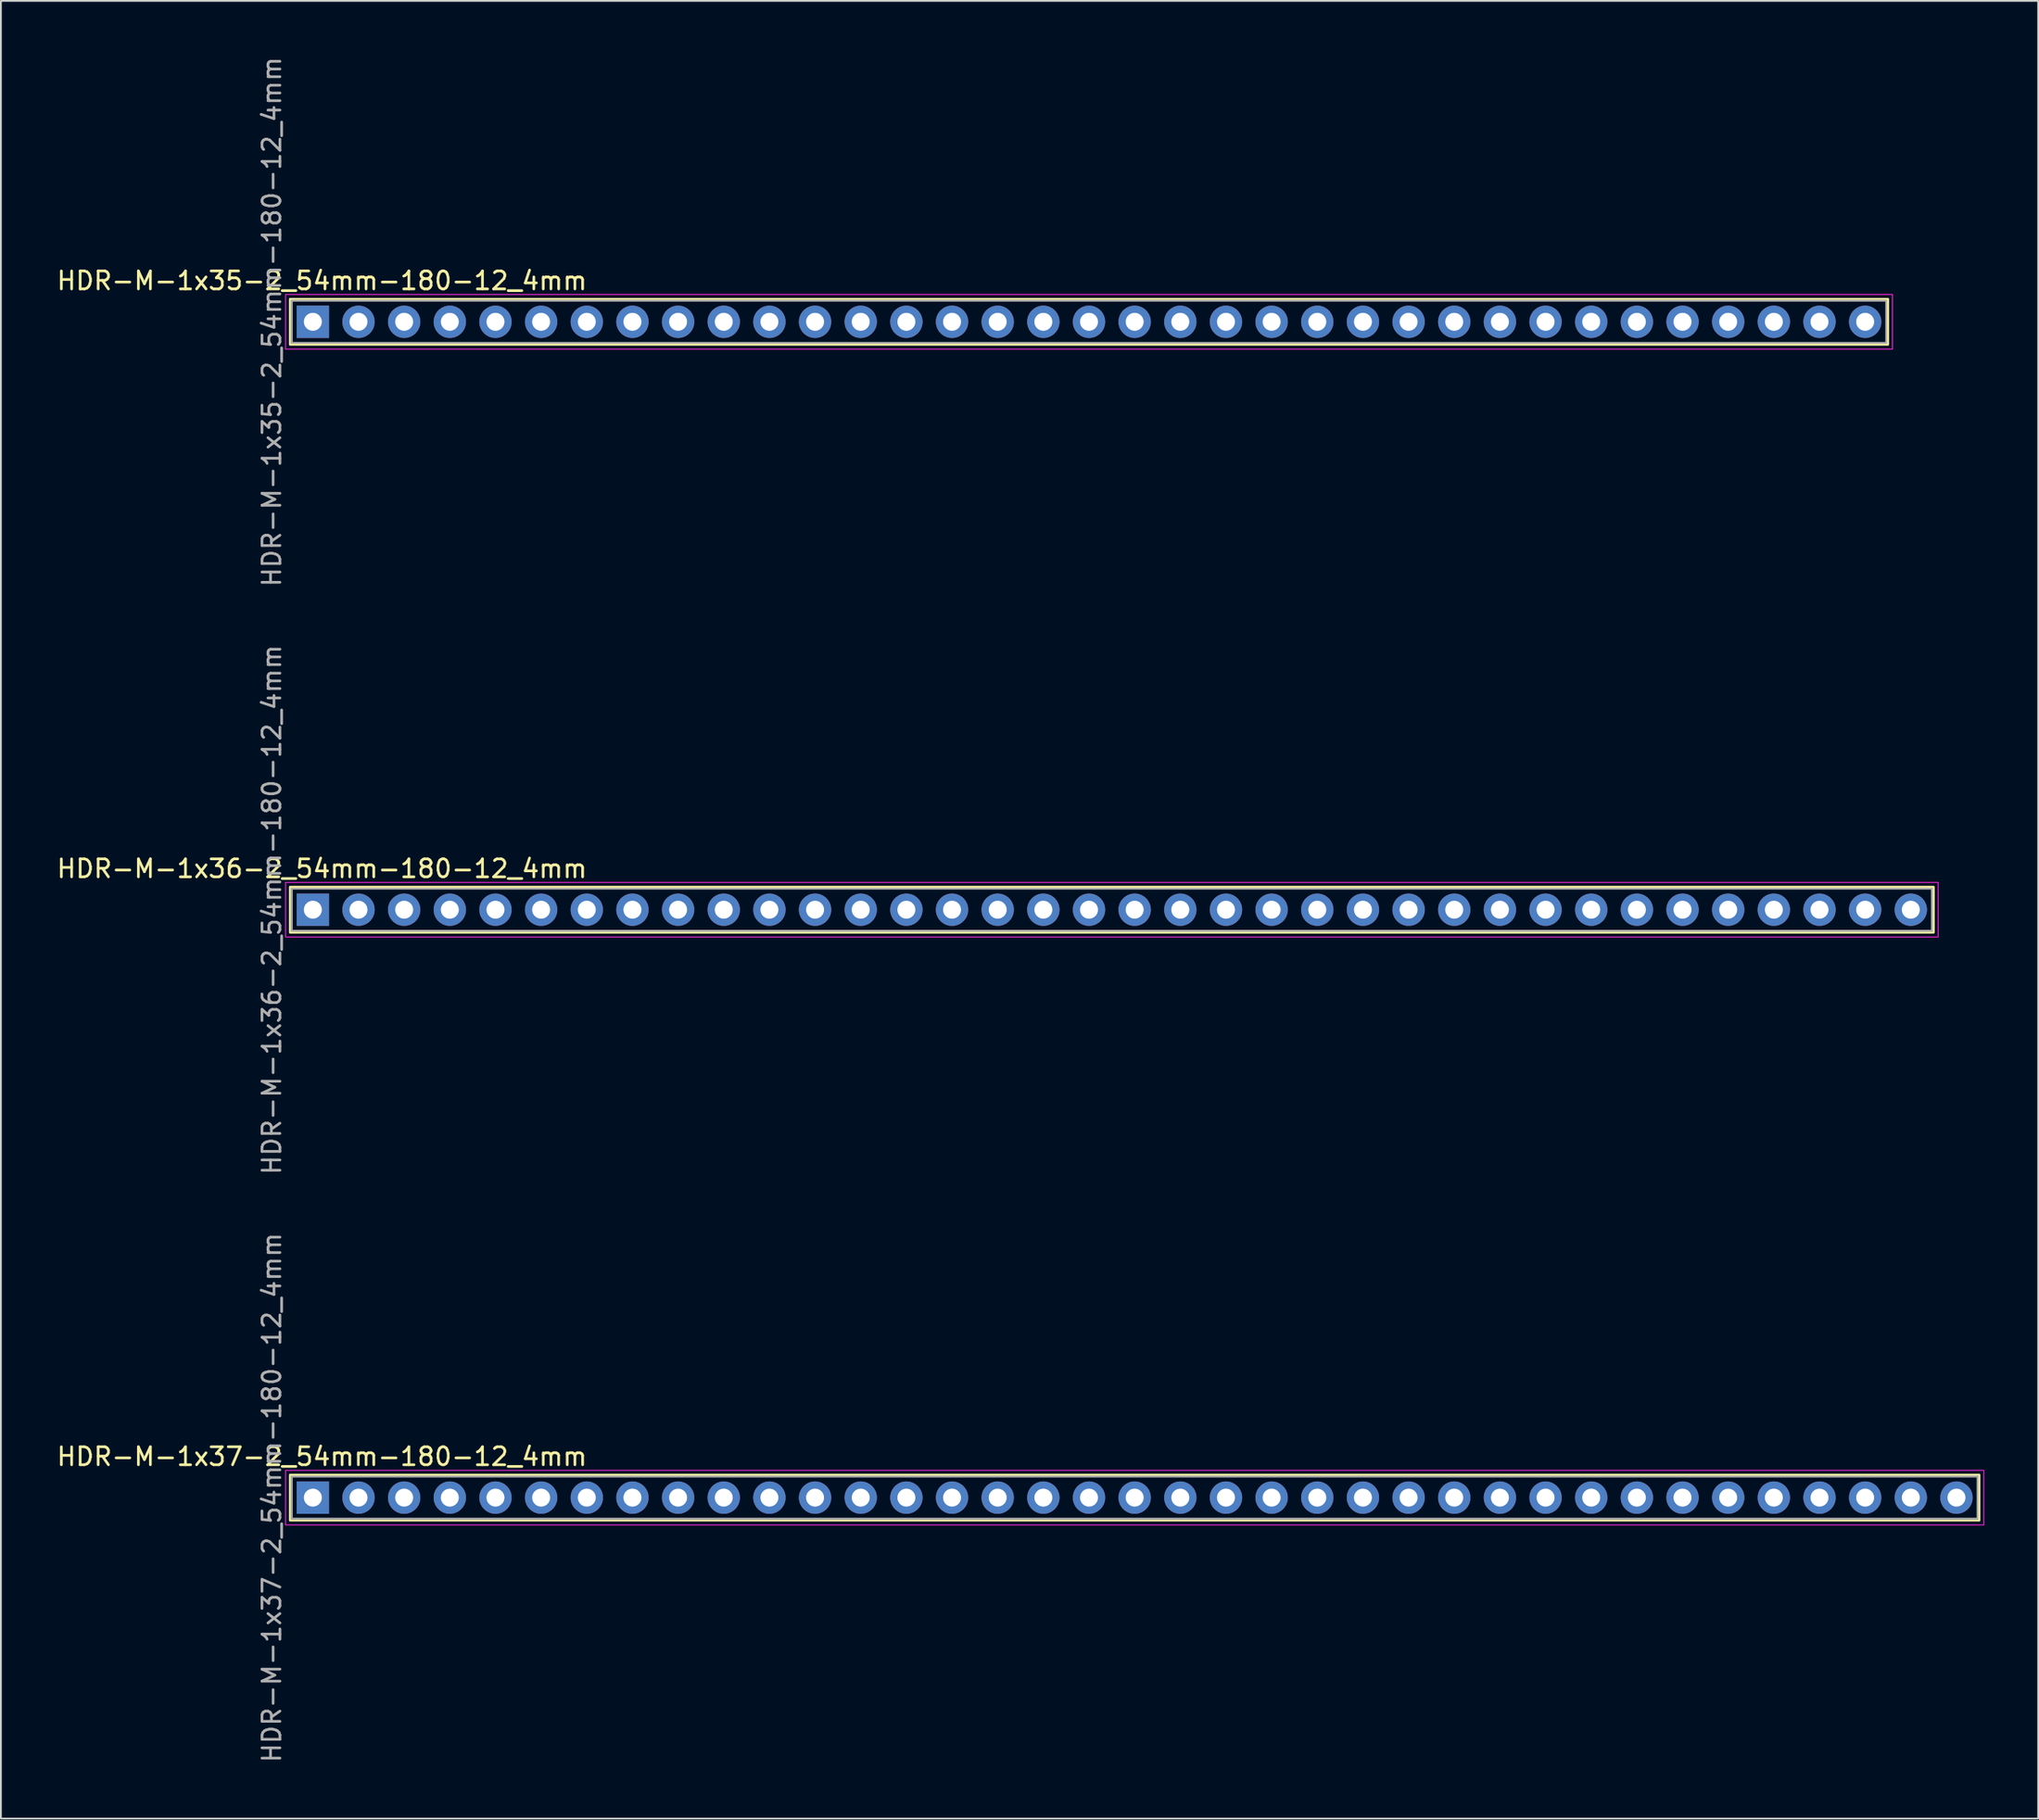
<source format=kicad_pcb>
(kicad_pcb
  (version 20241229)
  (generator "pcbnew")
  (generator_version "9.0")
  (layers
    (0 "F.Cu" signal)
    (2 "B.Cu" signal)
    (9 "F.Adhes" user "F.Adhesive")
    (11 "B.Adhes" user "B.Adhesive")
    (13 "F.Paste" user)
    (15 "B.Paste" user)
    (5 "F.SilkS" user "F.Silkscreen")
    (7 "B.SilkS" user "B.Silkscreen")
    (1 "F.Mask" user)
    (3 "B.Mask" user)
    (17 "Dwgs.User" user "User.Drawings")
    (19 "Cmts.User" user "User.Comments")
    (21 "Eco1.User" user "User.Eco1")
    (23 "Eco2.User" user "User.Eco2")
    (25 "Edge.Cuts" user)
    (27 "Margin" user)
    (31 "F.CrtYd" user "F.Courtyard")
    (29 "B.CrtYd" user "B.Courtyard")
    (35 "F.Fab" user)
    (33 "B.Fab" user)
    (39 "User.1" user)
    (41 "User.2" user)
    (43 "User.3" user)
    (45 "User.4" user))
  (footprint "HDR-M-1x36-2_54mm-180-12_4mm"
    (layer "F.Cu")
    (at 14.355 47.589)
    (property "Reference" "HDR-M-1x36-2_54mm-180-12_4mm" (at 0.508 -2.286 0) (unlocked yes) (layer "F.SilkS") (effects (font (size 1 1) (thickness 0.15))))
    (attr through_hole)
    (fp_rect (start -1.27 -1.27) (end 90.17 1.27) (stroke (width 0.12) (type solid)) (fill no) (layer "F.SilkS"))
    (fp_rect (start -1.52 -1.52) (end 90.42 1.52) (stroke (width 0.05) (type solid)) (fill no) (layer "F.CrtYd"))
    (fp_rect (start -1.17 -1.17) (end 90.07 1.17) (stroke (width 0.1) (type solid)) (fill no) (layer "F.Fab"))
    (fp_text user "${REFERENCE}" (at -2.286 0 90) (unlocked yes) (layer "F.Fab") (effects (font (size 1 1) (thickness 0.15))))
    (pad "1" thru_hole rect (at 0 0) (size 1.8 1.8) (drill 1) (layers "*.Cu" "*.Mask"))
    (pad "2" thru_hole circle (at 2.54 0) (size 1.8 1.8) (drill 1) (layers "*.Cu" "*.Mask"))
    (pad "3" thru_hole circle (at 5.08 0) (size 1.8 1.8) (drill 1) (layers "*.Cu" "*.Mask"))
    (pad "4" thru_hole circle (at 7.62 0) (size 1.8 1.8) (drill 1) (layers "*.Cu" "*.Mask"))
    (pad "5" thru_hole circle (at 10.16 0) (size 1.8 1.8) (drill 1) (layers "*.Cu" "*.Mask"))
    (pad "6" thru_hole circle (at 12.7 0) (size 1.8 1.8) (drill 1) (layers "*.Cu" "*.Mask"))
    (pad "7" thru_hole circle (at 15.24 0) (size 1.8 1.8) (drill 1) (layers "*.Cu" "*.Mask"))
    (pad "8" thru_hole circle (at 17.78 0) (size 1.8 1.8) (drill 1) (layers "*.Cu" "*.Mask"))
    (pad "9" thru_hole circle (at 20.32 0) (size 1.8 1.8) (drill 1) (layers "*.Cu" "*.Mask"))
    (pad "10" thru_hole circle (at 22.86 0) (size 1.8 1.8) (drill 1) (layers "*.Cu" "*.Mask"))
    (pad "11" thru_hole circle (at 25.4 0) (size 1.8 1.8) (drill 1) (layers "*.Cu" "*.Mask"))
    (pad "12" thru_hole circle (at 27.94 0) (size 1.8 1.8) (drill 1) (layers "*.Cu" "*.Mask"))
    (pad "13" thru_hole circle (at 30.48 0) (size 1.8 1.8) (drill 1) (layers "*.Cu" "*.Mask"))
    (pad "14" thru_hole circle (at 33.02 0) (size 1.8 1.8) (drill 1) (layers "*.Cu" "*.Mask"))
    (pad "15" thru_hole circle (at 35.56 0) (size 1.8 1.8) (drill 1) (layers "*.Cu" "*.Mask"))
    (pad "16" thru_hole circle (at 38.1 0) (size 1.8 1.8) (drill 1) (layers "*.Cu" "*.Mask"))
    (pad "17" thru_hole circle (at 40.64 0) (size 1.8 1.8) (drill 1) (layers "*.Cu" "*.Mask"))
    (pad "18" thru_hole circle (at 43.18 0) (size 1.8 1.8) (drill 1) (layers "*.Cu" "*.Mask"))
    (pad "19" thru_hole circle (at 45.72 0) (size 1.8 1.8) (drill 1) (layers "*.Cu" "*.Mask"))
    (pad "20" thru_hole circle (at 48.26 0) (size 1.8 1.8) (drill 1) (layers "*.Cu" "*.Mask"))
    (pad "21" thru_hole circle (at 50.8 0) (size 1.8 1.8) (drill 1) (layers "*.Cu" "*.Mask"))
    (pad "22" thru_hole circle (at 53.34 0) (size 1.8 1.8) (drill 1) (layers "*.Cu" "*.Mask"))
    (pad "23" thru_hole circle (at 55.88 0) (size 1.8 1.8) (drill 1) (layers "*.Cu" "*.Mask"))
    (pad "24" thru_hole circle (at 58.42 0) (size 1.8 1.8) (drill 1) (layers "*.Cu" "*.Mask"))
    (pad "25" thru_hole circle (at 60.96 0) (size 1.8 1.8) (drill 1) (layers "*.Cu" "*.Mask"))
    (pad "26" thru_hole circle (at 63.5 0) (size 1.8 1.8) (drill 1) (layers "*.Cu" "*.Mask"))
    (pad "27" thru_hole circle (at 66.04 0) (size 1.8 1.8) (drill 1) (layers "*.Cu" "*.Mask"))
    (pad "28" thru_hole circle (at 68.58 0) (size 1.8 1.8) (drill 1) (layers "*.Cu" "*.Mask"))
    (pad "29" thru_hole circle (at 71.12 0) (size 1.8 1.8) (drill 1) (layers "*.Cu" "*.Mask"))
    (pad "30" thru_hole circle (at 73.66 0) (size 1.8 1.8) (drill 1) (layers "*.Cu" "*.Mask"))
    (pad "31" thru_hole circle (at 76.2 0) (size 1.8 1.8) (drill 1) (layers "*.Cu" "*.Mask"))
    (pad "32" thru_hole circle (at 78.74 0) (size 1.8 1.8) (drill 1) (layers "*.Cu" "*.Mask"))
    (pad "33" thru_hole circle (at 81.28 0) (size 1.8 1.8) (drill 1) (layers "*.Cu" "*.Mask"))
    (pad "34" thru_hole circle (at 83.82 0) (size 1.8 1.8) (drill 1) (layers "*.Cu" "*.Mask"))
    (pad "35" thru_hole circle (at 86.36 0) (size 1.8 1.8) (drill 1) (layers "*.Cu" "*.Mask"))
    (pad "36" thru_hole circle (at 88.9 0) (size 1.8 1.8) (drill 1) (layers "*.Cu" "*.Mask")))
  (footprint "HDR-M-1x37-2_54mm-180-12_4mm"
    (layer "F.Cu")
    (at 14.355 80.315)
    (property "Reference" "HDR-M-1x37-2_54mm-180-12_4mm" (at 0.508 -2.286 0) (unlocked yes) (layer "F.SilkS") (effects (font (size 1 1) (thickness 0.15))))
    (attr through_hole)
    (fp_rect (start -1.27 -1.27) (end 92.71 1.27) (stroke (width 0.12) (type solid)) (fill no) (layer "F.SilkS"))
    (fp_rect (start -1.52 -1.52) (end 92.96 1.52) (stroke (width 0.05) (type solid)) (fill no) (layer "F.CrtYd"))
    (fp_rect (start -1.17 -1.17) (end 92.61 1.17) (stroke (width 0.1) (type solid)) (fill no) (layer "F.Fab"))
    (fp_text user "${REFERENCE}" (at -2.286 0 90) (unlocked yes) (layer "F.Fab") (effects (font (size 1 1) (thickness 0.15))))
    (pad "1" thru_hole rect (at 0 0) (size 1.8 1.8) (drill 1) (layers "*.Cu" "*.Mask"))
    (pad "2" thru_hole circle (at 2.54 0) (size 1.8 1.8) (drill 1) (layers "*.Cu" "*.Mask"))
    (pad "3" thru_hole circle (at 5.08 0) (size 1.8 1.8) (drill 1) (layers "*.Cu" "*.Mask"))
    (pad "4" thru_hole circle (at 7.62 0) (size 1.8 1.8) (drill 1) (layers "*.Cu" "*.Mask"))
    (pad "5" thru_hole circle (at 10.16 0) (size 1.8 1.8) (drill 1) (layers "*.Cu" "*.Mask"))
    (pad "6" thru_hole circle (at 12.7 0) (size 1.8 1.8) (drill 1) (layers "*.Cu" "*.Mask"))
    (pad "7" thru_hole circle (at 15.24 0) (size 1.8 1.8) (drill 1) (layers "*.Cu" "*.Mask"))
    (pad "8" thru_hole circle (at 17.78 0) (size 1.8 1.8) (drill 1) (layers "*.Cu" "*.Mask"))
    (pad "9" thru_hole circle (at 20.32 0) (size 1.8 1.8) (drill 1) (layers "*.Cu" "*.Mask"))
    (pad "10" thru_hole circle (at 22.86 0) (size 1.8 1.8) (drill 1) (layers "*.Cu" "*.Mask"))
    (pad "11" thru_hole circle (at 25.4 0) (size 1.8 1.8) (drill 1) (layers "*.Cu" "*.Mask"))
    (pad "12" thru_hole circle (at 27.94 0) (size 1.8 1.8) (drill 1) (layers "*.Cu" "*.Mask"))
    (pad "13" thru_hole circle (at 30.48 0) (size 1.8 1.8) (drill 1) (layers "*.Cu" "*.Mask"))
    (pad "14" thru_hole circle (at 33.02 0) (size 1.8 1.8) (drill 1) (layers "*.Cu" "*.Mask"))
    (pad "15" thru_hole circle (at 35.56 0) (size 1.8 1.8) (drill 1) (layers "*.Cu" "*.Mask"))
    (pad "16" thru_hole circle (at 38.1 0) (size 1.8 1.8) (drill 1) (layers "*.Cu" "*.Mask"))
    (pad "17" thru_hole circle (at 40.64 0) (size 1.8 1.8) (drill 1) (layers "*.Cu" "*.Mask"))
    (pad "18" thru_hole circle (at 43.18 0) (size 1.8 1.8) (drill 1) (layers "*.Cu" "*.Mask"))
    (pad "19" thru_hole circle (at 45.72 0) (size 1.8 1.8) (drill 1) (layers "*.Cu" "*.Mask"))
    (pad "20" thru_hole circle (at 48.26 0) (size 1.8 1.8) (drill 1) (layers "*.Cu" "*.Mask"))
    (pad "21" thru_hole circle (at 50.8 0) (size 1.8 1.8) (drill 1) (layers "*.Cu" "*.Mask"))
    (pad "22" thru_hole circle (at 53.34 0) (size 1.8 1.8) (drill 1) (layers "*.Cu" "*.Mask"))
    (pad "23" thru_hole circle (at 55.88 0) (size 1.8 1.8) (drill 1) (layers "*.Cu" "*.Mask"))
    (pad "24" thru_hole circle (at 58.42 0) (size 1.8 1.8) (drill 1) (layers "*.Cu" "*.Mask"))
    (pad "25" thru_hole circle (at 60.96 0) (size 1.8 1.8) (drill 1) (layers "*.Cu" "*.Mask"))
    (pad "26" thru_hole circle (at 63.5 0) (size 1.8 1.8) (drill 1) (layers "*.Cu" "*.Mask"))
    (pad "27" thru_hole circle (at 66.04 0) (size 1.8 1.8) (drill 1) (layers "*.Cu" "*.Mask"))
    (pad "28" thru_hole circle (at 68.58 0) (size 1.8 1.8) (drill 1) (layers "*.Cu" "*.Mask"))
    (pad "29" thru_hole circle (at 71.12 0) (size 1.8 1.8) (drill 1) (layers "*.Cu" "*.Mask"))
    (pad "30" thru_hole circle (at 73.66 0) (size 1.8 1.8) (drill 1) (layers "*.Cu" "*.Mask"))
    (pad "31" thru_hole circle (at 76.2 0) (size 1.8 1.8) (drill 1) (layers "*.Cu" "*.Mask"))
    (pad "32" thru_hole circle (at 78.74 0) (size 1.8 1.8) (drill 1) (layers "*.Cu" "*.Mask"))
    (pad "33" thru_hole circle (at 81.28 0) (size 1.8 1.8) (drill 1) (layers "*.Cu" "*.Mask"))
    (pad "34" thru_hole circle (at 83.82 0) (size 1.8 1.8) (drill 1) (layers "*.Cu" "*.Mask"))
    (pad "35" thru_hole circle (at 86.36 0) (size 1.8 1.8) (drill 1) (layers "*.Cu" "*.Mask"))
    (pad "36" thru_hole circle (at 88.9 0) (size 1.8 1.8) (drill 1) (layers "*.Cu" "*.Mask"))
    (pad "37" thru_hole circle (at 91.44 0) (size 1.8 1.8) (drill 1) (layers "*.Cu" "*.Mask")))
  (footprint "HDR-M-1x35-2_54mm-180-12_4mm"
    (layer "F.Cu")
    (at 14.355 14.863)
    (property "Reference" "HDR-M-1x35-2_54mm-180-12_4mm" (at 0.508 -2.286 0) (unlocked yes) (layer "F.SilkS") (effects (font (size 1 1) (thickness 0.15))))
    (attr through_hole)
    (fp_rect (start -1.27 -1.27) (end 87.63 1.27) (stroke (width 0.12) (type solid)) (fill no) (layer "F.SilkS"))
    (fp_rect (start -1.52 -1.52) (end 87.88 1.52) (stroke (width 0.05) (type solid)) (fill no) (layer "F.CrtYd"))
    (fp_rect (start -1.17 -1.17) (end 87.53 1.17) (stroke (width 0.1) (type solid)) (fill no) (layer "F.Fab"))
    (fp_text user "${REFERENCE}" (at -2.286 0 90) (unlocked yes) (layer "F.Fab") (effects (font (size 1 1) (thickness 0.15))))
    (pad "1" thru_hole rect (at 0 0) (size 1.8 1.8) (drill 1) (layers "*.Cu" "*.Mask"))
    (pad "2" thru_hole circle (at 2.54 0) (size 1.8 1.8) (drill 1) (layers "*.Cu" "*.Mask"))
    (pad "3" thru_hole circle (at 5.08 0) (size 1.8 1.8) (drill 1) (layers "*.Cu" "*.Mask"))
    (pad "4" thru_hole circle (at 7.62 0) (size 1.8 1.8) (drill 1) (layers "*.Cu" "*.Mask"))
    (pad "5" thru_hole circle (at 10.16 0) (size 1.8 1.8) (drill 1) (layers "*.Cu" "*.Mask"))
    (pad "6" thru_hole circle (at 12.7 0) (size 1.8 1.8) (drill 1) (layers "*.Cu" "*.Mask"))
    (pad "7" thru_hole circle (at 15.24 0) (size 1.8 1.8) (drill 1) (layers "*.Cu" "*.Mask"))
    (pad "8" thru_hole circle (at 17.78 0) (size 1.8 1.8) (drill 1) (layers "*.Cu" "*.Mask"))
    (pad "9" thru_hole circle (at 20.32 0) (size 1.8 1.8) (drill 1) (layers "*.Cu" "*.Mask"))
    (pad "10" thru_hole circle (at 22.86 0) (size 1.8 1.8) (drill 1) (layers "*.Cu" "*.Mask"))
    (pad "11" thru_hole circle (at 25.4 0) (size 1.8 1.8) (drill 1) (layers "*.Cu" "*.Mask"))
    (pad "12" thru_hole circle (at 27.94 0) (size 1.8 1.8) (drill 1) (layers "*.Cu" "*.Mask"))
    (pad "13" thru_hole circle (at 30.48 0) (size 1.8 1.8) (drill 1) (layers "*.Cu" "*.Mask"))
    (pad "14" thru_hole circle (at 33.02 0) (size 1.8 1.8) (drill 1) (layers "*.Cu" "*.Mask"))
    (pad "15" thru_hole circle (at 35.56 0) (size 1.8 1.8) (drill 1) (layers "*.Cu" "*.Mask"))
    (pad "16" thru_hole circle (at 38.1 0) (size 1.8 1.8) (drill 1) (layers "*.Cu" "*.Mask"))
    (pad "17" thru_hole circle (at 40.64 0) (size 1.8 1.8) (drill 1) (layers "*.Cu" "*.Mask"))
    (pad "18" thru_hole circle (at 43.18 0) (size 1.8 1.8) (drill 1) (layers "*.Cu" "*.Mask"))
    (pad "19" thru_hole circle (at 45.72 0) (size 1.8 1.8) (drill 1) (layers "*.Cu" "*.Mask"))
    (pad "20" thru_hole circle (at 48.26 0) (size 1.8 1.8) (drill 1) (layers "*.Cu" "*.Mask"))
    (pad "21" thru_hole circle (at 50.8 0) (size 1.8 1.8) (drill 1) (layers "*.Cu" "*.Mask"))
    (pad "22" thru_hole circle (at 53.34 0) (size 1.8 1.8) (drill 1) (layers "*.Cu" "*.Mask"))
    (pad "23" thru_hole circle (at 55.88 0) (size 1.8 1.8) (drill 1) (layers "*.Cu" "*.Mask"))
    (pad "24" thru_hole circle (at 58.42 0) (size 1.8 1.8) (drill 1) (layers "*.Cu" "*.Mask"))
    (pad "25" thru_hole circle (at 60.96 0) (size 1.8 1.8) (drill 1) (layers "*.Cu" "*.Mask"))
    (pad "26" thru_hole circle (at 63.5 0) (size 1.8 1.8) (drill 1) (layers "*.Cu" "*.Mask"))
    (pad "27" thru_hole circle (at 66.04 0) (size 1.8 1.8) (drill 1) (layers "*.Cu" "*.Mask"))
    (pad "28" thru_hole circle (at 68.58 0) (size 1.8 1.8) (drill 1) (layers "*.Cu" "*.Mask"))
    (pad "29" thru_hole circle (at 71.12 0) (size 1.8 1.8) (drill 1) (layers "*.Cu" "*.Mask"))
    (pad "30" thru_hole circle (at 73.66 0) (size 1.8 1.8) (drill 1) (layers "*.Cu" "*.Mask"))
    (pad "31" thru_hole circle (at 76.2 0) (size 1.8 1.8) (drill 1) (layers "*.Cu" "*.Mask"))
    (pad "32" thru_hole circle (at 78.74 0) (size 1.8 1.8) (drill 1) (layers "*.Cu" "*.Mask"))
    (pad "33" thru_hole circle (at 81.28 0) (size 1.8 1.8) (drill 1) (layers "*.Cu" "*.Mask"))
    (pad "34" thru_hole circle (at 83.82 0) (size 1.8 1.8) (drill 1) (layers "*.Cu" "*.Mask"))
    (pad "35" thru_hole circle (at 86.36 0) (size 1.8 1.8) (drill 1) (layers "*.Cu" "*.Mask")))
  (gr_rect
    (start -3 -3)
    (end 110.34 98.179)
    (stroke (width 0.1) (type default))
    (fill no)
    (layer "Edge.Cuts")))
</source>
